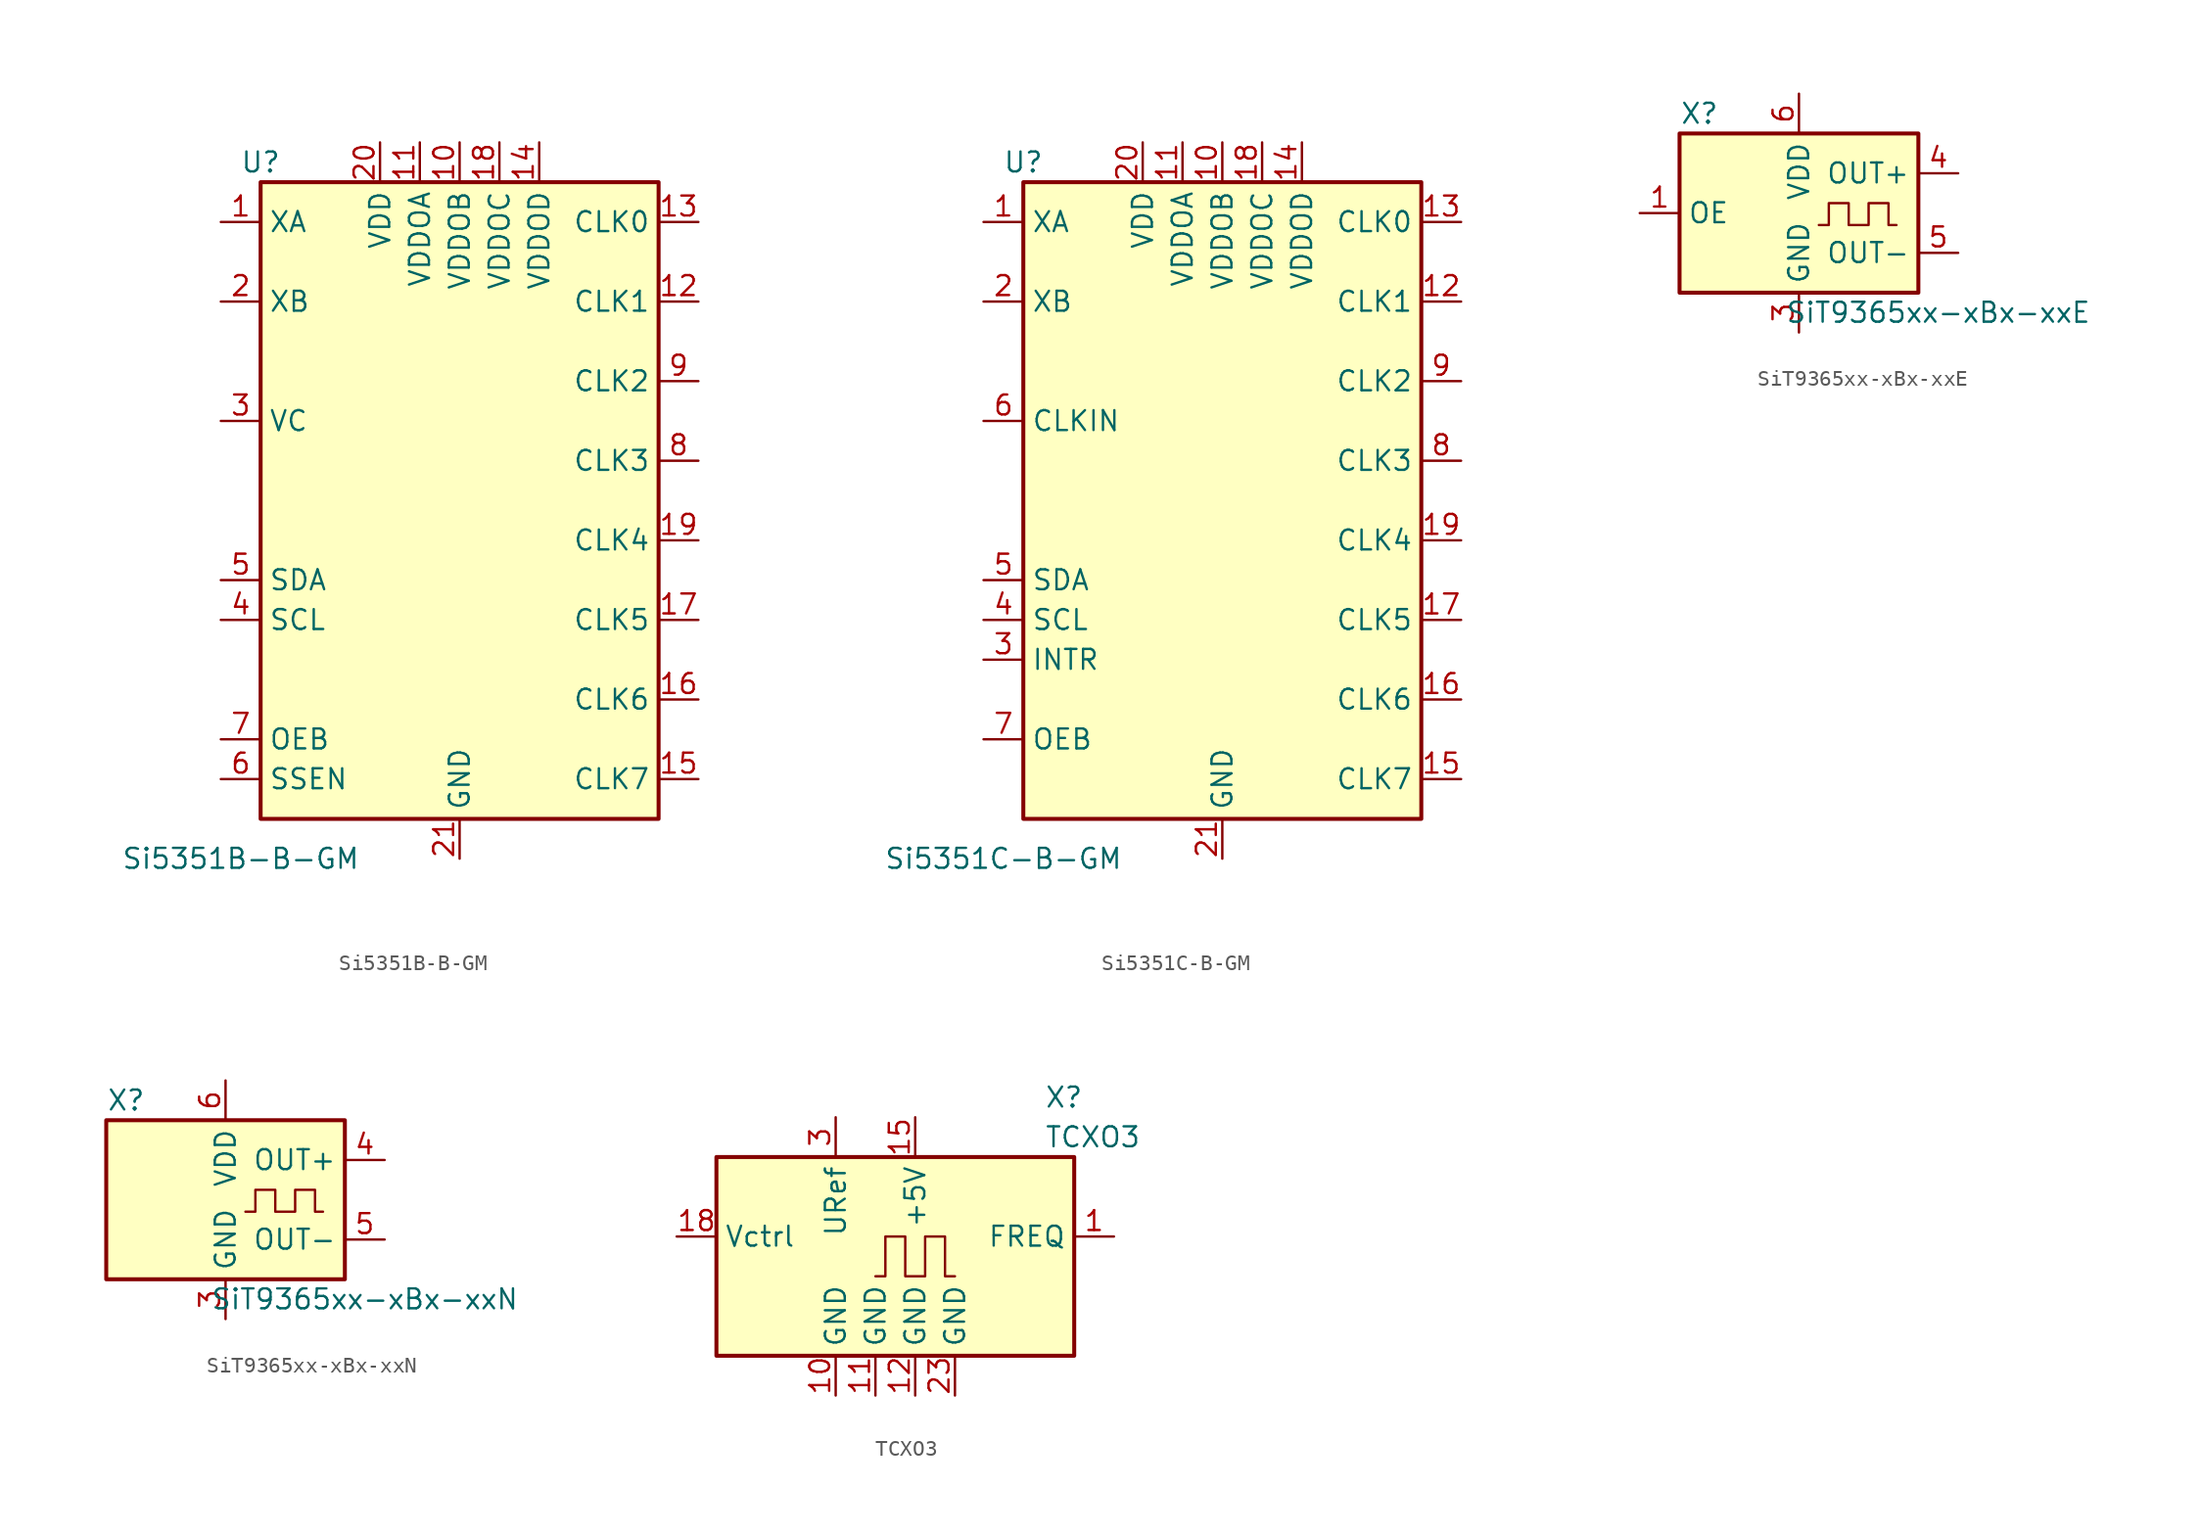
<source format=kicad_sym>
(kicad_symbol_lib
  (version 20241209)
  (generator "kicad_symbol_editor")
  (generator_version "9.0")
  (symbol "Si5351B-B-GM"
    (property "Reference" "U"
      (at -12.7 21.59 0)
      (effects (font (size 1.27 1.27))))
    (property "Value" "Si5351B-B-GM"
      (at -13.97 -22.86 0)
      (effects (font (size 1.27 1.27))))
    (symbol "Si5351B-B-GM_1_1"
      (rectangle (start -12.7 20.32) (end 12.7 -20.32) (stroke (width 0.254) (type default)) (fill (type background)))
      (pin input line (at -15.24 17.78 0) (length 2.54) (name "XA" (effects (font (size 1.27 1.27)))) (number "1" (effects (font (size 1.27 1.27)))))
      (pin input line (at -15.24 12.7 0) (length 2.54) (name "XB" (effects (font (size 1.27 1.27)))) (number "2" (effects (font (size 1.27 1.27)))))
      (pin input line (at -15.24 5.08 0) (length 2.54) (name "VC" (effects (font (size 1.27 1.27)))) (number "3" (effects (font (size 1.27 1.27)))))
      (pin bidirectional line (at -15.24 -5.08 0) (length 2.54) (name "SDA" (effects (font (size 1.27 1.27)))) (number "5" (effects (font (size 1.27 1.27)))))
      (pin input line (at -15.24 -7.62 0) (length 2.54) (name "SCL" (effects (font (size 1.27 1.27)))) (number "4" (effects (font (size 1.27 1.27)))))
      (pin input line (at -15.24 -15.24 0) (length 2.54) (name "OEB" (effects (font (size 1.27 1.27)))) (number "7" (effects (font (size 1.27 1.27)))))
      (pin input line (at -15.24 -17.78 0) (length 2.54) (name "SSEN" (effects (font (size 1.27 1.27)))) (number "6" (effects (font (size 1.27 1.27)))))
      (pin power_in line (at -5.08 22.86 270) (length 2.54) (name "VDD" (effects (font (size 1.27 1.27)))) (number "20" (effects (font (size 1.27 1.27)))))
      (pin power_in line (at -2.54 22.86 270) (length 2.54) (name "VDDOA" (effects (font (size 1.27 1.27)))) (number "11" (effects (font (size 1.27 1.27)))))
      (pin power_in line (at 0 22.86 270) (length 2.54) (name "VDDOB" (effects (font (size 1.27 1.27)))) (number "10" (effects (font (size 1.27 1.27)))))
      (pin power_in line (at 0 -22.86 90) (length 2.54) (name "GND" (effects (font (size 1.27 1.27)))) (number "21" (effects (font (size 1.27 1.27)))))
      (pin power_in line (at 2.54 22.86 270) (length 2.54) (name "VDDOC" (effects (font (size 1.27 1.27)))) (number "18" (effects (font (size 1.27 1.27)))))
      (pin power_in line (at 5.08 22.86 270) (length 2.54) (name "VDDOD" (effects (font (size 1.27 1.27)))) (number "14" (effects (font (size 1.27 1.27)))))
      (pin output line (at 15.24 17.78 180) (length 2.54) (name "CLK0" (effects (font (size 1.27 1.27)))) (number "13" (effects (font (size 1.27 1.27)))))
      (pin output line (at 15.24 12.7 180) (length 2.54) (name "CLK1" (effects (font (size 1.27 1.27)))) (number "12" (effects (font (size 1.27 1.27)))))
      (pin output line (at 15.24 7.62 180) (length 2.54) (name "CLK2" (effects (font (size 1.27 1.27)))) (number "9" (effects (font (size 1.27 1.27)))))
      (pin output line (at 15.24 2.54 180) (length 2.54) (name "CLK3" (effects (font (size 1.27 1.27)))) (number "8" (effects (font (size 1.27 1.27)))))
      (pin output line (at 15.24 -2.54 180) (length 2.54) (name "CLK4" (effects (font (size 1.27 1.27)))) (number "19" (effects (font (size 1.27 1.27)))))
      (pin output line (at 15.24 -7.62 180) (length 2.54) (name "CLK5" (effects (font (size 1.27 1.27)))) (number "17" (effects (font (size 1.27 1.27)))))
      (pin output line (at 15.24 -12.7 180) (length 2.54) (name "CLK6" (effects (font (size 1.27 1.27)))) (number "16" (effects (font (size 1.27 1.27)))))
      (pin output line (at 15.24 -17.78 180) (length 2.54) (name "CLK7" (effects (font (size 1.27 1.27)))) (number "15" (effects (font (size 1.27 1.27)))))))
  (symbol "Si5351C-B-GM"
    (property "Reference" "U"
      (at -12.7 21.59 0)
      (effects (font (size 1.27 1.27))))
    (property "Value" "Si5351C-B-GM"
      (at -13.97 -22.86 0)
      (effects (font (size 1.27 1.27))))
    (symbol "Si5351C-B-GM_1_1"
      (rectangle (start -12.7 20.32) (end 12.7 -20.32) (stroke (width 0.254) (type default)) (fill (type background)))
      (pin input line (at -15.24 17.78 0) (length 2.54) (name "XA" (effects (font (size 1.27 1.27)))) (number "1" (effects (font (size 1.27 1.27)))))
      (pin input line (at -15.24 12.7 0) (length 2.54) (name "XB" (effects (font (size 1.27 1.27)))) (number "2" (effects (font (size 1.27 1.27)))))
      (pin input line (at -15.24 5.08 0) (length 2.54) (name "CLKIN" (effects (font (size 1.27 1.27)))) (number "6" (effects (font (size 1.27 1.27)))))
      (pin bidirectional line (at -15.24 -5.08 0) (length 2.54) (name "SDA" (effects (font (size 1.27 1.27)))) (number "5" (effects (font (size 1.27 1.27)))))
      (pin input line (at -15.24 -7.62 0) (length 2.54) (name "SCL" (effects (font (size 1.27 1.27)))) (number "4" (effects (font (size 1.27 1.27)))))
      (pin output line (at -15.24 -10.16 0) (length 2.54) (name "INTR" (effects (font (size 1.27 1.27)))) (number "3" (effects (font (size 1.27 1.27)))))
      (pin input line (at -15.24 -15.24 0) (length 2.54) (name "OEB" (effects (font (size 1.27 1.27)))) (number "7" (effects (font (size 1.27 1.27)))))
      (pin power_in line (at -5.08 22.86 270) (length 2.54) (name "VDD" (effects (font (size 1.27 1.27)))) (number "20" (effects (font (size 1.27 1.27)))))
      (pin power_in line (at -2.54 22.86 270) (length 2.54) (name "VDDOA" (effects (font (size 1.27 1.27)))) (number "11" (effects (font (size 1.27 1.27)))))
      (pin power_in line (at 0 22.86 270) (length 2.54) (name "VDDOB" (effects (font (size 1.27 1.27)))) (number "10" (effects (font (size 1.27 1.27)))))
      (pin power_in line (at 0 -22.86 90) (length 2.54) (name "GND" (effects (font (size 1.27 1.27)))) (number "21" (effects (font (size 1.27 1.27)))))
      (pin power_in line (at 2.54 22.86 270) (length 2.54) (name "VDDOC" (effects (font (size 1.27 1.27)))) (number "18" (effects (font (size 1.27 1.27)))))
      (pin power_in line (at 5.08 22.86 270) (length 2.54) (name "VDDOD" (effects (font (size 1.27 1.27)))) (number "14" (effects (font (size 1.27 1.27)))))
      (pin output line (at 15.24 17.78 180) (length 2.54) (name "CLK0" (effects (font (size 1.27 1.27)))) (number "13" (effects (font (size 1.27 1.27)))))
      (pin output line (at 15.24 12.7 180) (length 2.54) (name "CLK1" (effects (font (size 1.27 1.27)))) (number "12" (effects (font (size 1.27 1.27)))))
      (pin output line (at 15.24 7.62 180) (length 2.54) (name "CLK2" (effects (font (size 1.27 1.27)))) (number "9" (effects (font (size 1.27 1.27)))))
      (pin output line (at 15.24 2.54 180) (length 2.54) (name "CLK3" (effects (font (size 1.27 1.27)))) (number "8" (effects (font (size 1.27 1.27)))))
      (pin output line (at 15.24 -2.54 180) (length 2.54) (name "CLK4" (effects (font (size 1.27 1.27)))) (number "19" (effects (font (size 1.27 1.27)))))
      (pin output line (at 15.24 -7.62 180) (length 2.54) (name "CLK5" (effects (font (size 1.27 1.27)))) (number "17" (effects (font (size 1.27 1.27)))))
      (pin output line (at 15.24 -12.7 180) (length 2.54) (name "CLK6" (effects (font (size 1.27 1.27)))) (number "16" (effects (font (size 1.27 1.27)))))
      (pin output line (at 15.24 -17.78 180) (length 2.54) (name "CLK7" (effects (font (size 1.27 1.27)))) (number "15" (effects (font (size 1.27 1.27)))))))
  (symbol "SiT9365xx-xBx-xxE"
    (property "Reference" "X"
      (at -6.35 6.35 0)
      (effects (font (size 1.27 1.27))))
    (property "Value" "SiT9365xx-xBx-xxE"
      (at 8.89 -6.35 0)
      (effects (font (size 1.27 1.27))))
    (symbol "SiT9365xx-xBx-xxE_0_1"
      (rectangle (start -7.62 5.08) (end 7.62 -5.08) (stroke (width 0.254) (type default)) (fill (type background)))
      (polyline (pts (xy 1.27 -0.762) (xy 1.905 -0.762) (xy 1.905 0.635) (xy 3.175 0.635) (xy 3.175 -0.762) (xy 4.445 -0.762) (xy 4.445 0.635) (xy 5.715 0.635) (xy 5.715 -0.762) (xy 6.223 -0.762)) (stroke (width 0) (type default)) (fill (type none))))
    (symbol "SiT9365xx-xBx-xxE_1_1"
      (pin input line (at -10.16 0 0) (length 2.54) (name "OE" (effects (font (size 1.27 1.27)))) (number "1" (effects (font (size 1.27 1.27)))))
      (pin no_connect line (at -7.62 2.54 0) (length 2.54) hide (name "NC" (effects (font (size 1.27 1.27)))) (number "2" (effects (font (size 1.27 1.27)))))
      (pin power_in line (at 0 7.62 270) (length 2.54) (name "VDD" (effects (font (size 1.27 1.27)))) (number "6" (effects (font (size 1.27 1.27)))))
      (pin power_in line (at 0 -7.62 90) (length 2.54) (name "GND" (effects (font (size 1.27 1.27)))) (number "3" (effects (font (size 1.27 1.27)))))
      (pin output line (at 10.16 2.54 180) (length 2.54) (name "OUT+" (effects (font (size 1.27 1.27)))) (number "4" (effects (font (size 1.27 1.27)))))
      (pin output line (at 10.16 -2.54 180) (length 2.54) (name "OUT-" (effects (font (size 1.27 1.27)))) (number "5" (effects (font (size 1.27 1.27)))))))
  (symbol "SiT9365xx-xBx-xxN"
    (property "Reference" "X"
      (at -6.35 6.35 0)
      (effects (font (size 1.27 1.27))))
    (property "Value" "SiT9365xx-xBx-xxN"
      (at 8.89 -6.35 0)
      (effects (font (size 1.27 1.27))))
    (symbol "SiT9365xx-xBx-xxN_0_1"
      (rectangle (start -7.62 5.08) (end 7.62 -5.08) (stroke (width 0.254) (type default)) (fill (type background)))
      (polyline (pts (xy 1.27 -0.762) (xy 1.905 -0.762) (xy 1.905 0.635) (xy 3.175 0.635) (xy 3.175 -0.762) (xy 4.445 -0.762) (xy 4.445 0.635) (xy 5.715 0.635) (xy 5.715 -0.762) (xy 6.223 -0.762)) (stroke (width 0) (type default)) (fill (type none))))
    (symbol "SiT9365xx-xBx-xxN_1_1"
      (pin no_connect line (at -7.62 2.54 0) (length 2.54) hide (name "NC" (effects (font (size 1.27 1.27)))) (number "2" (effects (font (size 1.27 1.27)))))
      (pin no_connect line (at -7.62 0 0) (length 2.54) hide (name "NC" (effects (font (size 1.27 1.27)))) (number "1" (effects (font (size 1.27 1.27)))))
      (pin power_in line (at 0 7.62 270) (length 2.54) (name "VDD" (effects (font (size 1.27 1.27)))) (number "6" (effects (font (size 1.27 1.27)))))
      (pin power_in line (at 0 -7.62 90) (length 2.54) (name "GND" (effects (font (size 1.27 1.27)))) (number "3" (effects (font (size 1.27 1.27)))))
      (pin output line (at 10.16 2.54 180) (length 2.54) (name "OUT+" (effects (font (size 1.27 1.27)))) (number "4" (effects (font (size 1.27 1.27)))))
      (pin output line (at 10.16 -2.54 180) (length 2.54) (name "OUT-" (effects (font (size 1.27 1.27)))) (number "5" (effects (font (size 1.27 1.27)))))))
  (symbol "TCXO3"
    (property "Reference" "X"
      (at 8.255 11.43 0)
      (effects (font (size 1.27 1.27)) (justify left)))
    (property "Value" "TCXO3"
      (at 8.255 8.89 0)
      (effects (font (size 1.27 1.27)) (justify left)))
    (symbol "TCXO3_0_1"
      (rectangle (start -12.7 -5.08) (end 10.16 7.62) (stroke (width 0.254) (type default)) (fill (type background)))
      (polyline (pts (xy -2.54 0) (xy -1.905 0) (xy -1.905 2.54) (xy -0.635 2.54) (xy -0.635 0) (xy 0.635 0) (xy 0.635 2.54) (xy 1.905 2.54) (xy 1.905 0) (xy 2.54 0)) (stroke (width 0) (type default)) (fill (type none))))
    (symbol "TCXO3_1_1"
      (pin input line (at -15.24 2.54 0) (length 2.54) (name "Vctrl" (effects (font (size 1.27 1.27)))) (number "18" (effects (font (size 1.27 1.27)))))
      (pin no_connect line (at -12.7 5.08 0) (length 2.54) hide (name "NC" (effects (font (size 1.27 1.27)))) (number "4" (effects (font (size 1.27 1.27)))))
      (pin no_connect line (at -12.7 0 0) (length 2.54) hide (name "NC" (effects (font (size 1.27 1.27)))) (number "6" (effects (font (size 1.27 1.27)))))
      (pin no_connect line (at -12.7 -2.54 0) (length 2.54) hide (name "NC" (effects (font (size 1.27 1.27)))) (number "7" (effects (font (size 1.27 1.27)))))
      (pin no_connect line (at -10.16 7.62 270) (length 2.54) hide (name "NC" (effects (font (size 1.27 1.27)))) (number "20" (effects (font (size 1.27 1.27)))))
      (pin no_connect line (at -7.62 7.62 270) (length 2.54) hide (name "NC" (effects (font (size 1.27 1.27)))) (number "19" (effects (font (size 1.27 1.27)))))
      (pin no_connect line (at -7.62 -5.08 90) (length 2.54) hide (name "NC" (effects (font (size 1.27 1.27)))) (number "8" (effects (font (size 1.27 1.27)))))
      (pin power_out line (at -5.08 10.16 270) (length 2.54) (name "URef" (effects (font (size 1.27 1.27)))) (number "3" (effects (font (size 1.27 1.27)))))
      (pin power_in line (at -5.08 -7.62 90) (length 2.54) (name "GND" (effects (font (size 1.27 1.27)))) (number "10" (effects (font (size 1.27 1.27)))))
      (pin no_connect line (at -2.54 7.62 270) (length 2.54) hide (name "NC" (effects (font (size 1.27 1.27)))) (number "17" (effects (font (size 1.27 1.27)))))
      (pin power_in line (at -2.54 -7.62 90) (length 2.54) (name "GND" (effects (font (size 1.27 1.27)))) (number "11" (effects (font (size 1.27 1.27)))))
      (pin power_in line (at 0 10.16 270) (length 2.54) (name "+5V" (effects (font (size 1.27 1.27)))) (number "15" (effects (font (size 1.27 1.27)))))
      (pin power_in line (at 0 -7.62 90) (length 2.54) (name "GND" (effects (font (size 1.27 1.27)))) (number "12" (effects (font (size 1.27 1.27)))))
      (pin no_connect line (at 2.54 7.62 270) (length 2.54) hide (name "NC" (effects (font (size 1.27 1.27)))) (number "5" (effects (font (size 1.27 1.27)))))
      (pin power_in line (at 2.54 -7.62 90) (length 2.54) (name "GND" (effects (font (size 1.27 1.27)))) (number "23" (effects (font (size 1.27 1.27)))))
      (pin no_connect line (at 5.08 7.62 270) (length 2.54) hide (name "NC" (effects (font (size 1.27 1.27)))) (number "16" (effects (font (size 1.27 1.27)))))
      (pin no_connect line (at 5.08 -5.08 90) (length 2.54) hide (name "NC" (effects (font (size 1.27 1.27)))) (number "9" (effects (font (size 1.27 1.27)))))
      (pin no_connect line (at 7.62 7.62 270) (length 2.54) hide (name "NC" (effects (font (size 1.27 1.27)))) (number "21" (effects (font (size 1.27 1.27)))))
      (pin no_connect line (at 7.62 -5.08 90) (length 2.54) hide (name "NC" (effects (font (size 1.27 1.27)))) (number "13" (effects (font (size 1.27 1.27)))))
      (pin no_connect line (at 10.16 5.08 180) (length 2.54) hide (name "NC" (effects (font (size 1.27 1.27)))) (number "2" (effects (font (size 1.27 1.27)))))
      (pin no_connect line (at 10.16 0 180) (length 2.54) hide (name "NC" (effects (font (size 1.27 1.27)))) (number "14" (effects (font (size 1.27 1.27)))))
      (pin no_connect line (at 10.16 -2.54 180) (length 2.54) hide (name "NC" (effects (font (size 1.27 1.27)))) (number "22" (effects (font (size 1.27 1.27)))))
      (pin output line (at 12.7 2.54 180) (length 2.54) (name "FREQ" (effects (font (size 1.27 1.27)))) (number "1" (effects (font (size 1.27 1.27))))))))
</source>
